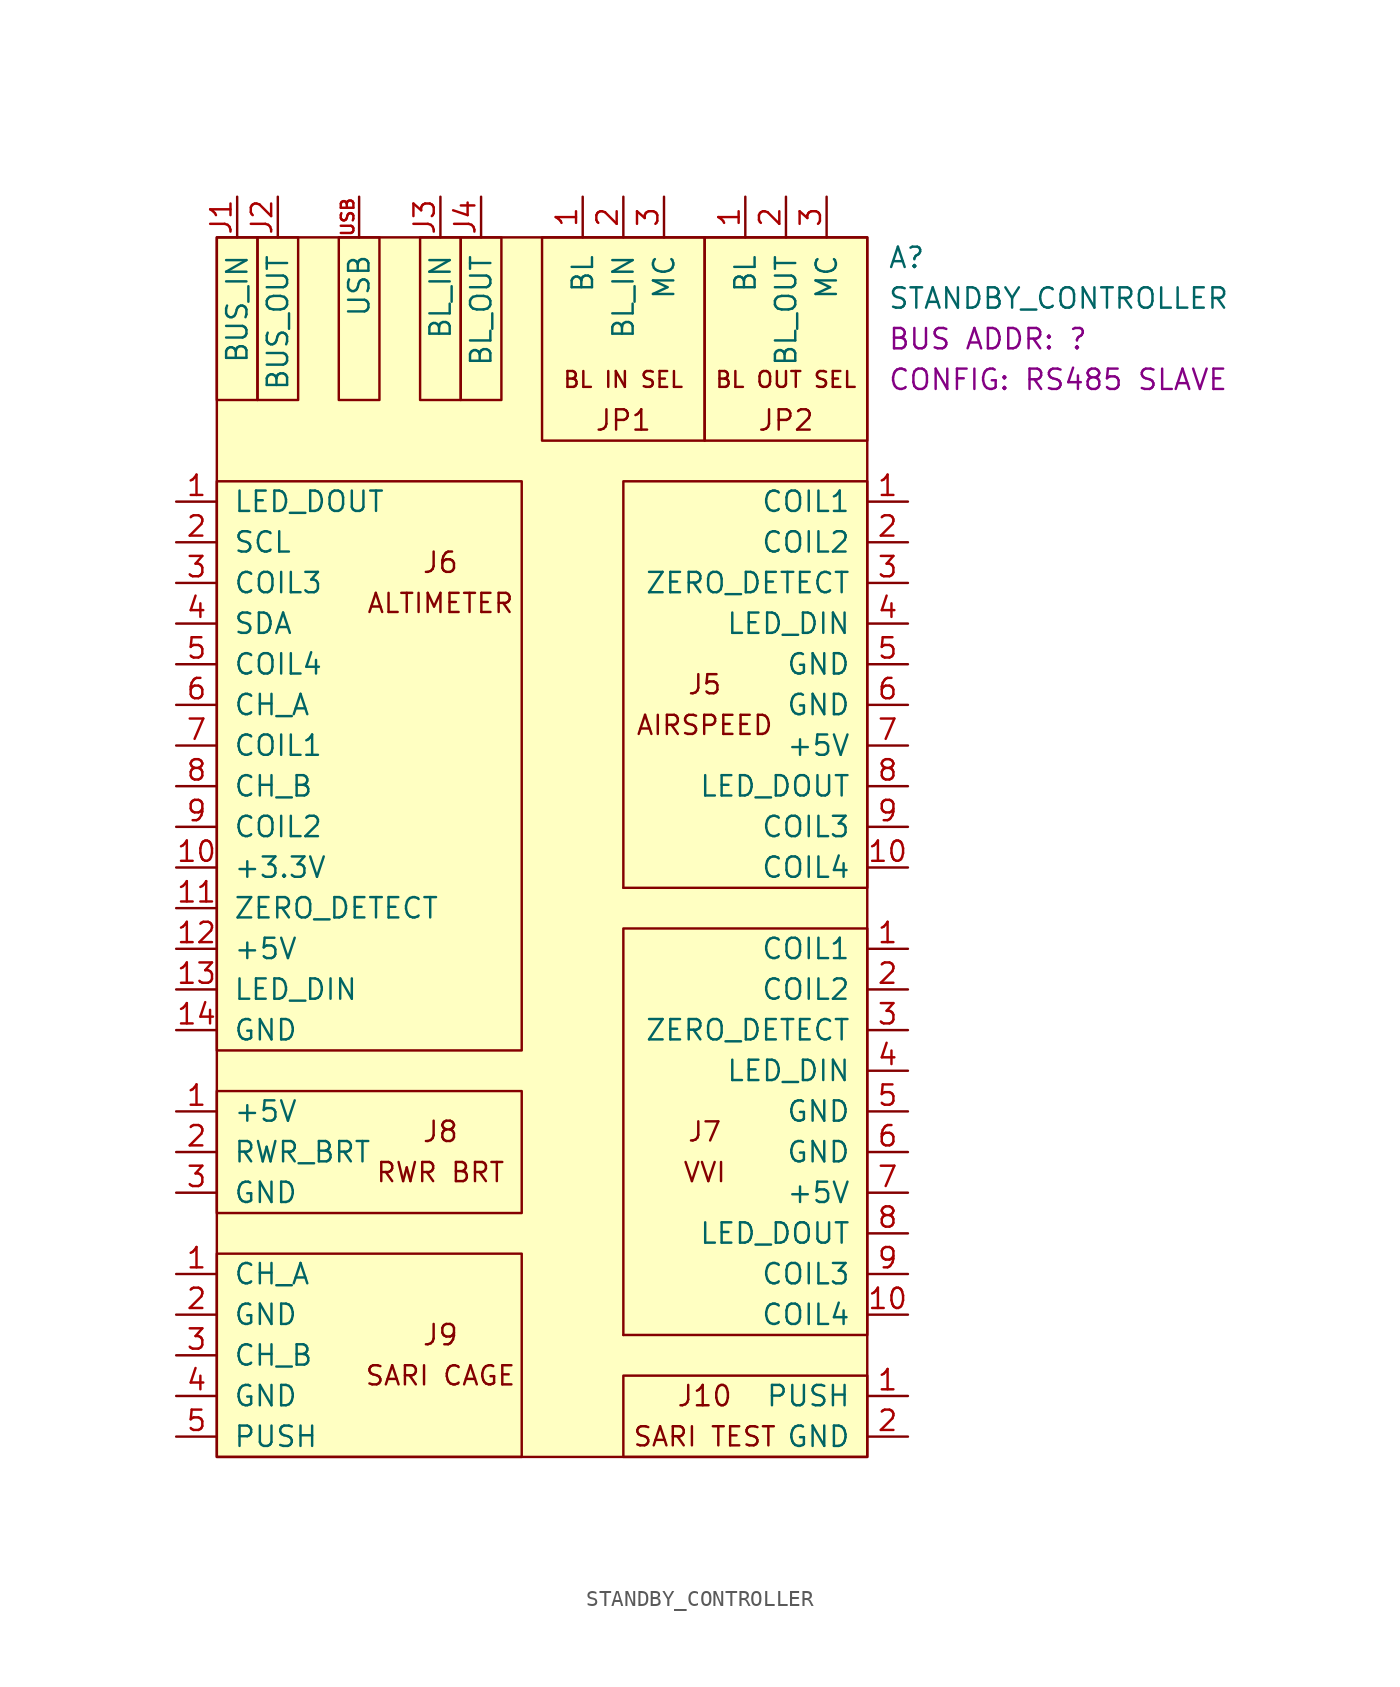
<source format=kicad_sym>
(kicad_symbol_lib
  (version 20211014)
  (generator kicad_symbol_editor)
  (symbol "STANDBY_CONTROLLER"
    (pin_names
      (offset 1.016))
    (property "Reference" "A"
      (at 21.59 36.83 0)
      (effects (font (size 1.27 1.27)) (justify left)))
    (property "Value" "STANDBY_CONTROLLER"
      (at 21.59 34.29 0)
      (effects (font (size 1.27 1.27)) (justify left)))
    (property "RS485 ADDR" "BUS ADDR: ?"
      (at 21.59 31.75 0)
      (effects (font (size 1.27 1.27)) (justify left)))
    (property "CONFIG" "CONFIG: RS485 SLAVE"
      (at 21.59 29.21 0)
      (effects (font (size 1.27 1.27)) (justify left)))
    (symbol "STANDBY_CONTROLLER_0_0"
      (rectangle (start -20.32 22.86) (end -1.27 -12.7) (stroke (width 0) (type default) (color 0 0 0 0)) (fill (type none)))
      (rectangle (start 5.08 -30.48) (end 5.08 -30.48) (stroke (width 0) (type default) (color 0 0 0 0)) (fill (type none)))
      (rectangle (start 5.08 -2.54) (end 5.08 -2.54) (stroke (width 0) (type default) (color 0 0 0 0)) (fill (type none)))
      (rectangle (start 10.16 25.4) (end 0 38.1) (stroke (width 0) (type default) (color 0 0 0 0)) (fill (type none)))
      (rectangle (start 10.16 38.1) (end 20.32 25.4) (stroke (width 0) (type default) (color 0 0 0 0)) (fill (type none)))
      (rectangle (start 20.32 -5.08) (end 5.08 -30.48) (stroke (width 0) (type default) (color 0 0 0 0)) (fill (type none)))
      (rectangle (start 20.32 22.86) (end 5.08 -2.54) (stroke (width 0) (type default) (color 0 0 0 0)) (fill (type none)))
      (text "AIRSPEED" (at 10.16 7.62 0) (effects (font (size 1.194 1.194))))
      (text "BL IN SEL" (at 5.08 29.21 0) (effects (font (size 0.991 0.991))))
      (text "BL OUT SEL" (at 15.24 29.21 0) (effects (font (size 0.991 0.991))))
      (text "J5" (at 10.16 10.16 0) (effects (font (size 1.194 1.194))))
      (text "J7" (at 10.16 -17.78 0) (effects (font (size 1.194 1.194))))
      (text "JP1" (at 5.08 26.67 0) (effects (font (size 1.27 1.27))))
      (text "JP2" (at 15.24 26.67 0) (effects (font (size 1.27 1.27))))
      (text "VVI" (at 10.16 -20.32 0) (effects (font (size 1.194 1.194))))
      (pin unspecified line (at 2.54 40.64 270) (length 2.54) (name "BL" (effects (font (size 1.27 1.27)))) (number "1" (effects (font (size 1.27 1.27)))))
      (pin unspecified line (at 12.7 40.64 270) (length 2.54) (name "BL" (effects (font (size 1.27 1.27)))) (number "1" (effects (font (size 1.27 1.27)))))
      (pin unspecified line (at 22.86 -6.35 180) (length 2.54) (name "COIL1" (effects (font (size 1.27 1.27)))) (number "1" (effects (font (size 1.27 1.27)))))
      (pin unspecified line (at 22.86 21.59 180) (length 2.54) (name "COIL1" (effects (font (size 1.27 1.27)))) (number "1" (effects (font (size 1.27 1.27)))))
      (pin unspecified line (at 22.86 -29.21 180) (length 2.54) (name "COIL4" (effects (font (size 1.27 1.27)))) (number "10" (effects (font (size 1.27 1.27)))))
      (pin unspecified line (at 22.86 -1.27 180) (length 2.54) (name "COIL4" (effects (font (size 1.27 1.27)))) (number "10" (effects (font (size 1.27 1.27)))))
      (pin unspecified line (at 5.08 40.64 270) (length 2.54) (name "BL_IN" (effects (font (size 1.27 1.27)))) (number "2" (effects (font (size 1.27 1.27)))))
      (pin unspecified line (at 15.24 40.64 270) (length 2.54) (name "BL_OUT" (effects (font (size 1.27 1.27)))) (number "2" (effects (font (size 1.27 1.27)))))
      (pin unspecified line (at 22.86 -8.89 180) (length 2.54) (name "COIL2" (effects (font (size 1.27 1.27)))) (number "2" (effects (font (size 1.27 1.27)))))
      (pin unspecified line (at 22.86 19.05 180) (length 2.54) (name "COIL2" (effects (font (size 1.27 1.27)))) (number "2" (effects (font (size 1.27 1.27)))))
      (pin unspecified line (at 7.62 40.64 270) (length 2.54) (name "MC" (effects (font (size 1.27 1.27)))) (number "3" (effects (font (size 1.27 1.27)))))
      (pin unspecified line (at 17.78 40.64 270) (length 2.54) (name "MC" (effects (font (size 1.27 1.27)))) (number "3" (effects (font (size 1.27 1.27)))))
      (pin unspecified line (at 22.86 -11.43 180) (length 2.54) (name "ZERO_DETECT" (effects (font (size 1.27 1.27)))) (number "3" (effects (font (size 1.27 1.27)))))
      (pin unspecified line (at 22.86 16.51 180) (length 2.54) (name "ZERO_DETECT" (effects (font (size 1.27 1.27)))) (number "3" (effects (font (size 1.27 1.27)))))
      (pin unspecified line (at 22.86 -13.97 180) (length 2.54) (name "LED_DIN" (effects (font (size 1.27 1.27)))) (number "4" (effects (font (size 1.27 1.27)))))
      (pin unspecified line (at 22.86 13.97 180) (length 2.54) (name "LED_DIN" (effects (font (size 1.27 1.27)))) (number "4" (effects (font (size 1.27 1.27)))))
      (pin unspecified line (at 22.86 -16.51 180) (length 2.54) (name "GND" (effects (font (size 1.27 1.27)))) (number "5" (effects (font (size 1.27 1.27)))))
      (pin unspecified line (at 22.86 11.43 180) (length 2.54) (name "GND" (effects (font (size 1.27 1.27)))) (number "5" (effects (font (size 1.27 1.27)))))
      (pin unspecified line (at 22.86 -19.05 180) (length 2.54) (name "GND" (effects (font (size 1.27 1.27)))) (number "6" (effects (font (size 1.27 1.27)))))
      (pin unspecified line (at 22.86 8.89 180) (length 2.54) (name "GND" (effects (font (size 1.27 1.27)))) (number "6" (effects (font (size 1.27 1.27)))))
      (pin unspecified line (at 22.86 -21.59 180) (length 2.54) (name "+5V" (effects (font (size 1.27 1.27)))) (number "7" (effects (font (size 1.27 1.27)))))
      (pin unspecified line (at 22.86 6.35 180) (length 2.54) (name "+5V" (effects (font (size 1.27 1.27)))) (number "7" (effects (font (size 1.27 1.27)))))
      (pin unspecified line (at 22.86 -24.13 180) (length 2.54) (name "LED_DOUT" (effects (font (size 1.27 1.27)))) (number "8" (effects (font (size 1.27 1.27)))))
      (pin unspecified line (at 22.86 3.81 180) (length 2.54) (name "LED_DOUT" (effects (font (size 1.27 1.27)))) (number "8" (effects (font (size 1.27 1.27)))))
      (pin unspecified line (at 22.86 -26.67 180) (length 2.54) (name "COIL3" (effects (font (size 1.27 1.27)))) (number "9" (effects (font (size 1.27 1.27)))))
      (pin unspecified line (at 22.86 1.27 180) (length 2.54) (name "COIL3" (effects (font (size 1.27 1.27)))) (number "9" (effects (font (size 1.27 1.27)))))
      (pin unspecified line (at -19.05 40.64 270) (length 2.54) (name "BUS_IN" (effects (font (size 1.27 1.27)))) (number "J1" (effects (font (size 1.27 1.27)))))
      (pin unspecified line (at -16.51 40.64 270) (length 2.54) (name "BUS_OUT" (effects (font (size 1.27 1.27)))) (number "J2" (effects (font (size 1.27 1.27)))))
      (pin unspecified line (at -6.35 40.64 270) (length 2.54) (name "BL_IN" (effects (font (size 1.27 1.27)))) (number "J3" (effects (font (size 1.27 1.27)))))
      (pin unspecified line (at -3.81 40.64 270) (length 2.54) (name "BL_OUT" (effects (font (size 1.27 1.27)))) (number "J4" (effects (font (size 1.27 1.27)))))
      (pin unspecified line (at -11.43 40.64 270) (length 2.54) (name "USB" (effects (font (size 1.27 1.27)))) (number "USB" (effects (font (size 0.787 0.787))))))
    (symbol "STANDBY_CONTROLLER_0_1"
      (rectangle (start -20.32 38.1) (end -17.78 27.94) (stroke (width 0) (type default) (color 0 0 0 0)) (fill (type none)))
      (rectangle (start -17.78 27.94) (end -15.24 38.1) (stroke (width 0) (type default) (color 0 0 0 0)) (fill (type none)))
      (rectangle (start -12.7 38.1) (end -10.16 27.94) (stroke (width 0) (type default) (color 0 0 0 0)) (fill (type none)))
      (rectangle (start -7.62 38.1) (end -5.08 27.94) (stroke (width 0) (type default) (color 0 0 0 0)) (fill (type none)))
      (rectangle (start -5.08 38.1) (end -2.54 27.94) (stroke (width 0) (type default) (color 0 0 0 0)) (fill (type none))))
    (symbol "STANDBY_CONTROLLER_1_1"
      (rectangle (start -20.32 -25.4) (end -1.27 -38.1) (stroke (width 0) (type default) (color 0 0 0 0)) (fill (type none)))
      (rectangle (start -20.32 -15.24) (end -1.27 -22.86) (stroke (width 0) (type default) (color 0 0 0 0)) (fill (type none)))
      (rectangle (start -20.32 38.1) (end 20.32 -38.1) (stroke (width 0) (type default) (color 0 0 0 0)) (fill (type background)))
      (rectangle (start 20.32 -33.02) (end 5.08 -38.1) (stroke (width 0) (type default) (color 0 0 0 0)) (fill (type none)))
      (text "ALTIMETER" (at -6.35 15.24 0) (effects (font (size 1.194 1.194))))
      (text "J10" (at 10.16 -34.29 0) (effects (font (size 1.27 1.27))))
      (text "J6" (at -6.35 17.78 0) (effects (font (size 1.27 1.27))))
      (text "J8" (at -6.35 -17.78 0) (effects (font (size 1.27 1.27))))
      (text "J9" (at -6.35 -30.48 0) (effects (font (size 1.27 1.27))))
      (text "RWR BRT" (at -6.35 -20.32 0) (effects (font (size 1.194 1.194))))
      (text "SARI CAGE" (at -6.35 -33.02 0) (effects (font (size 1.194 1.194))))
      (text "SARI TEST" (at 10.16 -36.83 0) (effects (font (size 1.194 1.194))))
      (pin unspecified line (at -22.86 -16.51 0) (length 2.54) (name "+5V" (effects (font (size 1.27 1.27)))) (number "1" (effects (font (size 1.27 1.27)))))
      (pin unspecified line (at -22.86 -26.67 0) (length 2.54) (name "CH_A" (effects (font (size 1.27 1.27)))) (number "1" (effects (font (size 1.27 1.27)))))
      (pin unspecified line (at -22.86 21.59 0) (length 2.54) (name "LED_DOUT" (effects (font (size 1.27 1.27)))) (number "1" (effects (font (size 1.27 1.27)))))
      (pin unspecified line (at 22.86 -34.29 180) (length 2.54) (name "PUSH" (effects (font (size 1.27 1.27)))) (number "1" (effects (font (size 1.27 1.27)))))
      (pin unspecified line (at -22.86 -1.27 0) (length 2.54) (name "+3.3V" (effects (font (size 1.27 1.27)))) (number "10" (effects (font (size 1.27 1.27)))))
      (pin unspecified line (at -22.86 -3.81 0) (length 2.54) (name "ZERO_DETECT" (effects (font (size 1.27 1.27)))) (number "11" (effects (font (size 1.27 1.27)))))
      (pin unspecified line (at -22.86 -6.35 0) (length 2.54) (name "+5V" (effects (font (size 1.27 1.27)))) (number "12" (effects (font (size 1.27 1.27)))))
      (pin unspecified line (at -22.86 -8.89 0) (length 2.54) (name "LED_DIN" (effects (font (size 1.27 1.27)))) (number "13" (effects (font (size 1.27 1.27)))))
      (pin unspecified line (at -22.86 -11.43 0) (length 2.54) (name "GND" (effects (font (size 1.27 1.27)))) (number "14" (effects (font (size 1.27 1.27)))))
      (pin unspecified line (at -22.86 -29.21 0) (length 2.54) (name "GND" (effects (font (size 1.27 1.27)))) (number "2" (effects (font (size 1.27 1.27)))))
      (pin unspecified line (at 22.86 -36.83 180) (length 2.54) (name "GND" (effects (font (size 1.27 1.27)))) (number "2" (effects (font (size 1.27 1.27)))))
      (pin unspecified line (at -22.86 -19.05 0) (length 2.54) (name "RWR_BRT" (effects (font (size 1.27 1.27)))) (number "2" (effects (font (size 1.27 1.27)))))
      (pin unspecified line (at -22.86 19.05 0) (length 2.54) (name "SCL" (effects (font (size 1.27 1.27)))) (number "2" (effects (font (size 1.27 1.27)))))
      (pin unspecified line (at -22.86 -31.75 0) (length 2.54) (name "CH_B" (effects (font (size 1.27 1.27)))) (number "3" (effects (font (size 1.27 1.27)))))
      (pin unspecified line (at -22.86 16.51 0) (length 2.54) (name "COIL3" (effects (font (size 1.27 1.27)))) (number "3" (effects (font (size 1.27 1.27)))))
      (pin unspecified line (at -22.86 -21.59 0) (length 2.54) (name "GND" (effects (font (size 1.27 1.27)))) (number "3" (effects (font (size 1.27 1.27)))))
      (pin unspecified line (at -22.86 -34.29 0) (length 2.54) (name "GND" (effects (font (size 1.27 1.27)))) (number "4" (effects (font (size 1.27 1.27)))))
      (pin unspecified line (at -22.86 13.97 0) (length 2.54) (name "SDA" (effects (font (size 1.27 1.27)))) (number "4" (effects (font (size 1.27 1.27)))))
      (pin unspecified line (at -22.86 11.43 0) (length 2.54) (name "COIL4" (effects (font (size 1.27 1.27)))) (number "5" (effects (font (size 1.27 1.27)))))
      (pin unspecified line (at -22.86 -36.83 0) (length 2.54) (name "PUSH" (effects (font (size 1.27 1.27)))) (number "5" (effects (font (size 1.27 1.27)))))
      (pin unspecified line (at -22.86 8.89 0) (length 2.54) (name "CH_A" (effects (font (size 1.27 1.27)))) (number "6" (effects (font (size 1.27 1.27)))))
      (pin unspecified line (at -22.86 6.35 0) (length 2.54) (name "COIL1" (effects (font (size 1.27 1.27)))) (number "7" (effects (font (size 1.27 1.27)))))
      (pin unspecified line (at -22.86 3.81 0) (length 2.54) (name "CH_B" (effects (font (size 1.27 1.27)))) (number "8" (effects (font (size 1.27 1.27)))))
      (pin unspecified line (at -22.86 1.27 0) (length 2.54) (name "COIL2" (effects (font (size 1.27 1.27)))) (number "9" (effects (font (size 1.27 1.27))))))))
</source>
